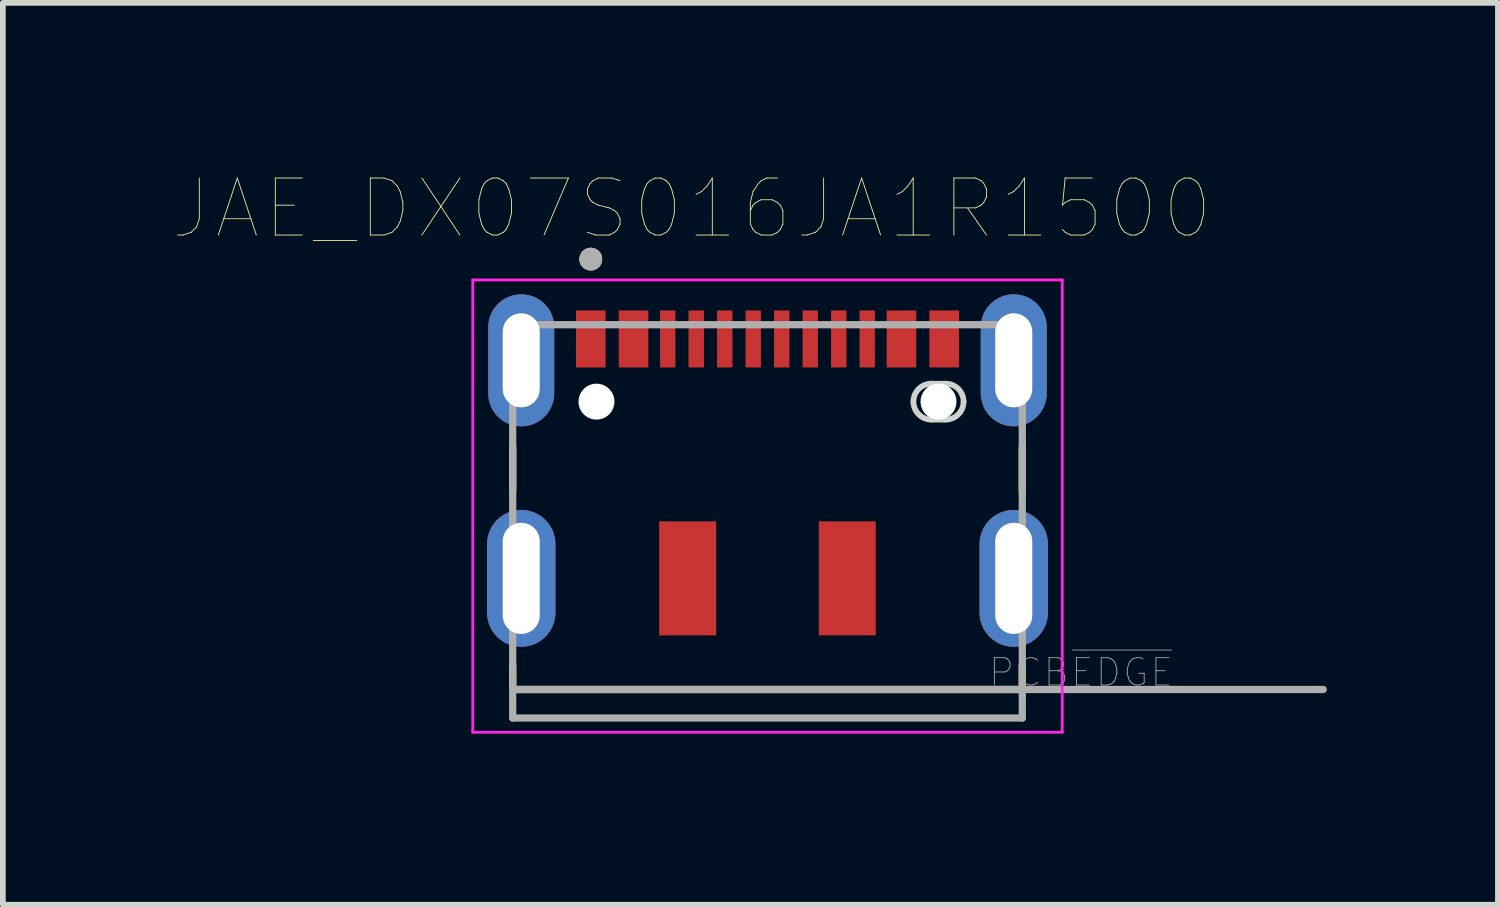
<source format=kicad_pcb>
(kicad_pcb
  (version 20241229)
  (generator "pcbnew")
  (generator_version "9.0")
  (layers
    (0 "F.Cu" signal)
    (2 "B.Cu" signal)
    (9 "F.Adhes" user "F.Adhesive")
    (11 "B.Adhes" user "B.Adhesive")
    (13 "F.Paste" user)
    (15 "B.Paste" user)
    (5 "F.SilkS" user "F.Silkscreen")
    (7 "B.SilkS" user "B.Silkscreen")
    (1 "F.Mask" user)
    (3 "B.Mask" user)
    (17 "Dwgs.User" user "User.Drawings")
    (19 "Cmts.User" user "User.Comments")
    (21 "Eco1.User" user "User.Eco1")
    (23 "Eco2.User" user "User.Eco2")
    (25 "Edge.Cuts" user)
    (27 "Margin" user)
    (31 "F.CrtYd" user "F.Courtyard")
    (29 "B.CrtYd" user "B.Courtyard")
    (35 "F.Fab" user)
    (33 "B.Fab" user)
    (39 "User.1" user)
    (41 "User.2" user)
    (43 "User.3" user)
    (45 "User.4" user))
  (footprint "JAE_DX07S016JA1R1500"
    (layer "F.Cu")
    (at 10.414 3.996)
    (property "Reference" "JAE_DX07S016JA1R1500" (at -1.325 -3.385 0) (layer "F.SilkS") (effects (font (size 1 1) (thickness 0.015))))
    (attr through_hole)
    (fp_line (start -4.47 0.805) (end -4.47 1.57) (stroke (width 0.127) (type solid)) (layer "F.SilkS"))
    (fp_line (start -4.47 5.05) (end -4.47 4.63) (stroke (width 0.127) (type solid)) (layer "F.SilkS"))
    (fp_line (start 4.47 0.805) (end 4.47 1.57) (stroke (width 0.127) (type solid)) (layer "F.SilkS"))
    (fp_line (start 4.47 4.63) (end 4.47 5.05) (stroke (width 0.127) (type solid)) (layer "F.SilkS"))
    (fp_line (start 4.47 5.05) (end -4.47 5.05) (stroke (width 0.127) (type solid)) (layer "F.SilkS"))
    (fp_circle (center -3.1 -2.5) (end -3 -2.5) (stroke (width 0.2) (type solid)) (fill no) (layer "F.SilkS"))
    (fp_line (start 2.875 -0.315) (end 3.125 -0.315) (stroke (width 0.1) (type solid)) (layer "Edge.Cuts"))
    (fp_line (start 3.125 0.315) (end 2.875 0.315) (stroke (width 0.1) (type solid)) (layer "Edge.Cuts"))
    (fp_arc (start 2.56 0) (mid 2.652261 -0.222739) (end 2.875 -0.315) (stroke (width 0.1) (type solid)) (layer "Edge.Cuts"))
    (fp_arc (start 2.875 0.315) (mid 2.652261 0.222739) (end 2.56 0) (stroke (width 0.1) (type solid)) (layer "Edge.Cuts"))
    (fp_arc (start 3.125 -0.315) (mid 3.347739 -0.222739) (end 3.44 0) (stroke (width 0.1) (type solid)) (layer "Edge.Cuts"))
    (fp_arc (start 3.44 0) (mid 3.347739 0.222739) (end 3.125 0.315) (stroke (width 0.1) (type solid)) (layer "Edge.Cuts"))
    (fp_line (start -5.17 -2.135) (end 5.17 -2.135) (stroke (width 0.05) (type solid)) (layer "F.CrtYd"))
    (fp_line (start -5.17 5.8) (end -5.17 -2.135) (stroke (width 0.05) (type solid)) (layer "F.CrtYd"))
    (fp_line (start 5.17 -2.135) (end 5.17 5.8) (stroke (width 0.05) (type solid)) (layer "F.CrtYd"))
    (fp_line (start 5.17 5.8) (end -5.17 5.8) (stroke (width 0.05) (type solid)) (layer "F.CrtYd"))
    (fp_line (start -4.47 -1.35) (end 4.47 -1.35) (stroke (width 0.127) (type solid)) (layer "F.Fab"))
    (fp_line (start -4.47 5.05) (end -4.47 -1.35) (stroke (width 0.127) (type solid)) (layer "F.Fab"))
    (fp_line (start -4.47 5.55) (end -4.47 5.05) (stroke (width 0.127) (type solid)) (layer "F.Fab"))
    (fp_line (start 4.47 -1.35) (end 4.47 5.05) (stroke (width 0.127) (type solid)) (layer "F.Fab"))
    (fp_line (start 4.47 5.05) (end -4.47 5.05) (stroke (width 0.127) (type solid)) (layer "F.Fab"))
    (fp_line (start 4.47 5.05) (end 4.47 5.55) (stroke (width 0.127) (type solid)) (layer "F.Fab"))
    (fp_line (start 4.47 5.05) (end 9.75 5.05) (stroke (width 0.127) (type solid)) (layer "F.Fab"))
    (fp_line (start 4.47 5.55) (end -4.47 5.55) (stroke (width 0.127) (type solid)) (layer "F.Fab"))
    (fp_circle (center -3.1 -2.5) (end -3 -2.5) (stroke (width 0.2) (type solid)) (fill no) (layer "F.Fab"))
    (fp_text user "PCB~{EDGE}" (at 5.5 4.75 0) (layer "F.Fab") (effects (font (size 0.48 0.48) (thickness 0.015))))
    (pad "" np_thru_hole circle (at -3 0) (size 0.63 0.63) (drill 0.63) (layers "*.Cu" "*.Mask"))
    (pad "" np_thru_hole circle (at 3 0) (size 0.6 0.6) (drill 0.6) (layers "*.Cu" "*.Mask"))
    (pad "" np_thru_hole circle (at 3 0) (size 0.63 0.63) (drill 0.63) (layers "*.Cu" "*.Mask"))
    (pad "1" smd rect (at -3.1 -1.1) (size 0.52 1) (layers "F.Cu" "F.Mask" "F.Paste"))
    (pad "2" smd rect (at -2.35 -1.1) (size 0.52 1) (layers "F.Cu" "F.Mask" "F.Paste"))
    (pad "3" smd rect (at -1.75 -1.1) (size 0.27 1) (layers "F.Cu" "F.Mask" "F.Paste"))
    (pad "4" smd rect (at -1.25 -1.1) (size 0.27 1) (layers "F.Cu" "F.Mask" "F.Paste"))
    (pad "5" smd rect (at -0.75 -1.1) (size 0.27 1) (layers "F.Cu" "F.Mask" "F.Paste"))
    (pad "6" smd rect (at -0.25 -1.1) (size 0.27 1) (layers "F.Cu" "F.Mask" "F.Paste"))
    (pad "7" smd rect (at 0.25 -1.1) (size 0.27 1) (layers "F.Cu" "F.Mask" "F.Paste"))
    (pad "8" smd rect (at 0.75 -1.1) (size 0.27 1) (layers "F.Cu" "F.Mask" "F.Paste"))
    (pad "9" smd rect (at 1.25 -1.1) (size 0.27 1) (layers "F.Cu" "F.Mask" "F.Paste"))
    (pad "10" smd rect (at 1.75 -1.1) (size 0.27 1) (layers "F.Cu" "F.Mask" "F.Paste"))
    (pad "11" smd rect (at 2.35 -1.1) (size 0.52 1) (layers "F.Cu" "F.Mask" "F.Paste"))
    (pad "12" smd rect (at 3.1 -1.1) (size 0.52 1) (layers "F.Cu" "F.Mask" "F.Paste"))
    (pad "S1" smd rect (at -1.4 3.1) (size 1 2) (layers "F.Cu" "F.Mask" "F.Paste"))
    (pad "S2" smd rect (at 1.4 3.1) (size 1 2) (layers "F.Cu" "F.Mask" "F.Paste"))
    (pad "S3" thru_hole oval (at -4.32 -0.725) (size 1.158 2.316) (drill oval 0.65 1.65) (layers "*.Cu" "*.Mask"))
    (pad "S4" thru_hole oval (at 4.32 -0.725) (size 1.158 2.316) (drill oval 0.65 1.65) (layers "*.Cu" "*.Mask"))
    (pad "S5" thru_hole oval (at -4.32 3.1) (size 1.2 2.4) (drill oval 0.65 1.95) (layers "*.Cu" "*.Mask"))
    (pad "S6" thru_hole oval (at 4.32 3.1) (size 1.2 2.4) (drill oval 0.65 1.95) (layers "*.Cu" "*.Mask")))
  (gr_rect
    (start -3 -3)
    (end 23.228 12.821)
    (stroke (width 0.1) (type default))
    (fill no)
    (layer "Edge.Cuts")))
</source>
